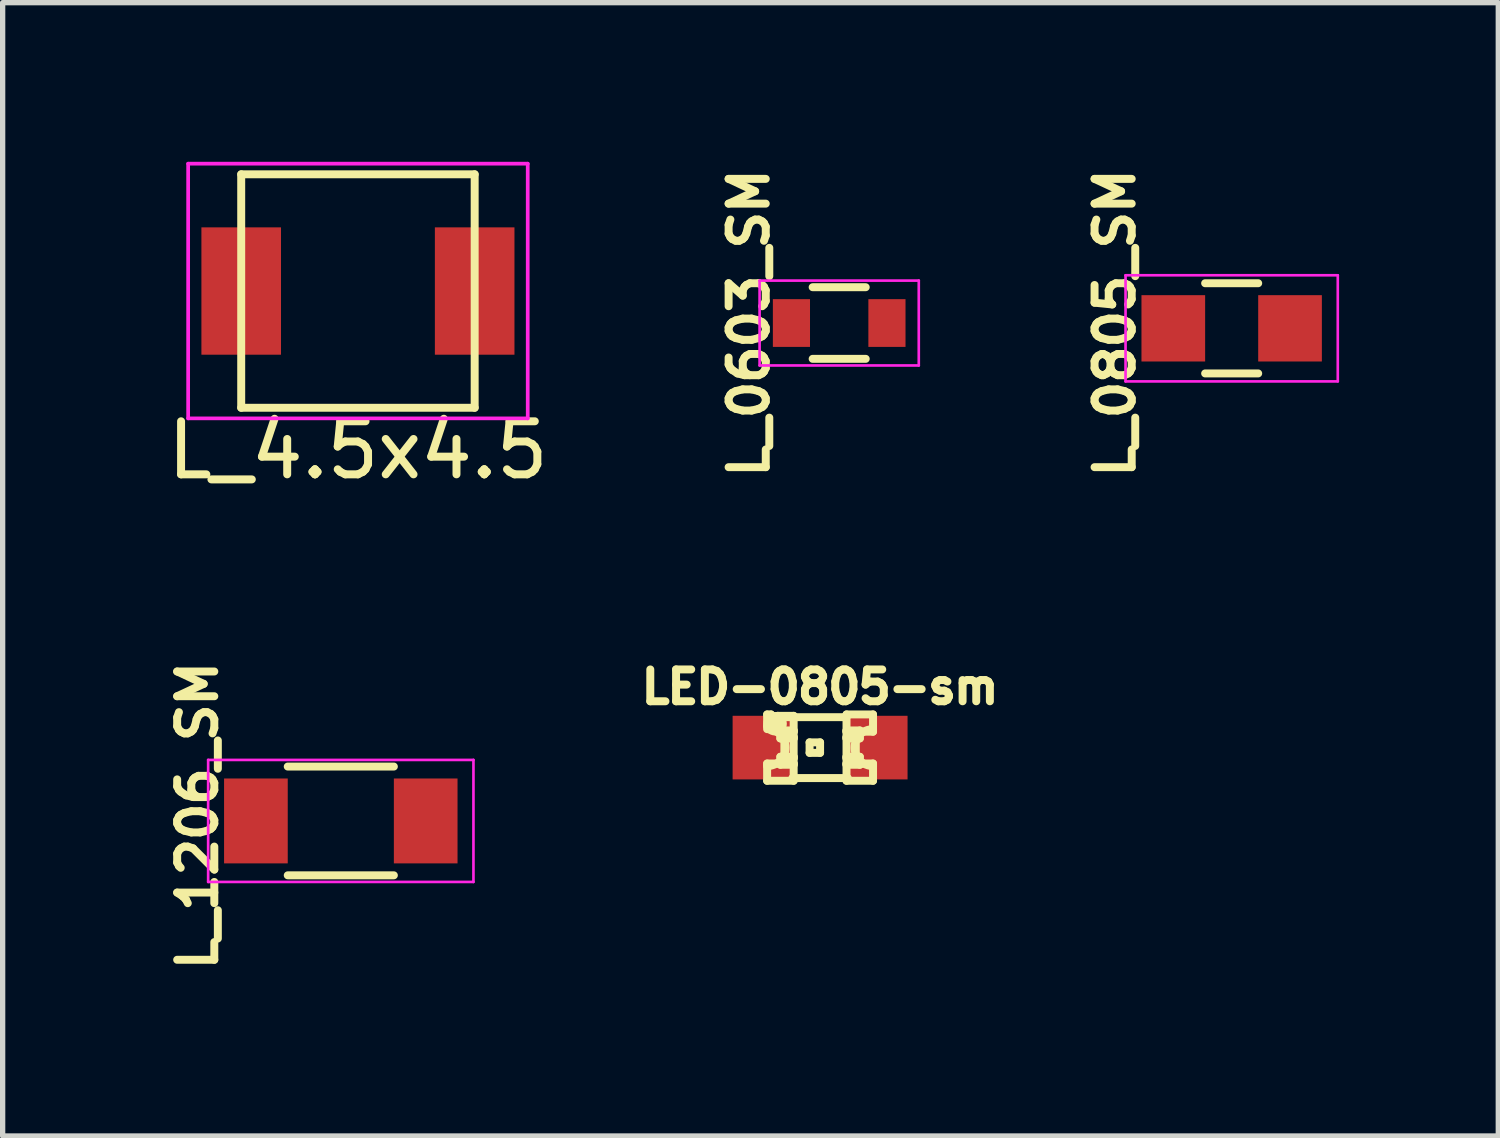
<source format=kicad_pcb>
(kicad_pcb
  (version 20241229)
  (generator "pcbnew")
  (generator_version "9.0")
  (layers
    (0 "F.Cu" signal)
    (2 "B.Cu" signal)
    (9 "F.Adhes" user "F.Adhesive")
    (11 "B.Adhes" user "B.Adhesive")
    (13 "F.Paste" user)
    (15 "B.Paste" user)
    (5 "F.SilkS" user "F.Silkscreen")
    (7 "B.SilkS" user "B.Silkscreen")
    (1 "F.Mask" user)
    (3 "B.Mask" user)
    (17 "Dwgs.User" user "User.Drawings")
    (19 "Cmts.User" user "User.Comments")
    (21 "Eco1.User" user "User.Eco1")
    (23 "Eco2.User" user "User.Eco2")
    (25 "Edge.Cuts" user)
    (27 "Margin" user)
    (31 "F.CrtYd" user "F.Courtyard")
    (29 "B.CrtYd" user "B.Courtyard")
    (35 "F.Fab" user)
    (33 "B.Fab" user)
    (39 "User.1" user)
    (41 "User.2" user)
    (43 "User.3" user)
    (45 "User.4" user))
  (footprint "L_0805_SM"
    (layer "F.Cu")
    (at 20.163 3.138)
    (property "Reference" "L_0805_SM" (at -2.2 -0.1 90) (layer "F.SilkS") (effects (font (size 0.7 0.7) (thickness 0.15))))
    (attr smd)
    (fp_line (start -0.5 0.85) (end 0.5 0.85) (stroke (width 0.15) (type solid)) (layer "F.SilkS"))
    (fp_line (start 0.5 -0.85) (end -0.5 -0.85) (stroke (width 0.15) (type solid)) (layer "F.SilkS"))
    (fp_line (start -2 -1) (end -2 1) (stroke (width 0.05) (type solid)) (layer "F.CrtYd"))
    (fp_line (start -2 -1) (end 2 -1) (stroke (width 0.05) (type solid)) (layer "F.CrtYd"))
    (fp_line (start -2 1) (end 2 1) (stroke (width 0.05) (type solid)) (layer "F.CrtYd"))
    (fp_line (start 2 -1) (end 2 1) (stroke (width 0.05) (type solid)) (layer "F.CrtYd"))
    (pad "1" smd rect (at -1.1 0) (size 1.2 1.25) (layers "F.Cu" "F.Mask" "F.Paste"))
    (pad "2" smd rect (at 1.1 0) (size 1.2 1.25) (layers "F.Cu" "F.Mask" "F.Paste")))
  (footprint "L_1206_SM"
    (layer "F.Cu")
    (at 3.373 12.422)
    (property "Reference" "L_1206_SM" (at -2.7 -0.1 90) (layer "F.SilkS") (effects (font (size 0.7 0.7) (thickness 0.15))))
    (attr smd)
    (fp_line (start -1 1.025) (end 1 1.025) (stroke (width 0.15) (type solid)) (layer "F.SilkS"))
    (fp_line (start 1 -1.025) (end -1 -1.025) (stroke (width 0.15) (type solid)) (layer "F.SilkS"))
    (fp_line (start -2.5 -1.15) (end -2.5 1.15) (stroke (width 0.05) (type solid)) (layer "F.CrtYd"))
    (fp_line (start -2.5 -1.15) (end 2.5 -1.15) (stroke (width 0.05) (type solid)) (layer "F.CrtYd"))
    (fp_line (start -2.5 1.15) (end 2.5 1.15) (stroke (width 0.05) (type solid)) (layer "F.CrtYd"))
    (fp_line (start 2.5 -1.15) (end 2.5 1.15) (stroke (width 0.05) (type solid)) (layer "F.CrtYd"))
    (pad "1" smd rect (at -1.6 0) (size 1.2 1.6) (layers "F.Cu" "F.Mask" "F.Paste"))
    (pad "2" smd rect (at 1.6 0) (size 1.2 1.6) (layers "F.Cu" "F.Mask" "F.Paste")))
  (footprint "L_0603_SM"
    (layer "F.Cu")
    (at 12.766 3.038)
    (property "Reference" "L_0603_SM" (at -1.7 0 90) (layer "F.SilkS") (effects (font (size 0.7 0.7) (thickness 0.15))))
    (attr smd)
    (fp_line (start -0.5 -0.675) (end 0.5 -0.675) (stroke (width 0.15) (type solid)) (layer "F.SilkS"))
    (fp_line (start 0.5 0.675) (end -0.5 0.675) (stroke (width 0.15) (type solid)) (layer "F.SilkS"))
    (fp_line (start -1.5 -0.8) (end -1.5 0.8) (stroke (width 0.05) (type solid)) (layer "F.CrtYd"))
    (fp_line (start -1.5 -0.8) (end 1.5 -0.8) (stroke (width 0.05) (type solid)) (layer "F.CrtYd"))
    (fp_line (start -1.5 0.8) (end 1.5 0.8) (stroke (width 0.05) (type solid)) (layer "F.CrtYd"))
    (fp_line (start 1.5 -0.8) (end 1.5 0.8) (stroke (width 0.05) (type solid)) (layer "F.CrtYd"))
    (pad "1" smd rect (at -0.9 0) (size 0.7 0.9) (layers "F.Cu" "F.Mask" "F.Paste"))
    (pad "2" smd rect (at 0.9 0) (size 0.7 0.9) (layers "F.Cu" "F.Mask" "F.Paste")))
  (footprint "LED-0805-sm"
    (layer "F.Cu")
    (at 12.406 11.04)
    (property "Reference" "LED-0805-sm" (at 0 -1.143 0) (layer "F.SilkS") (effects (font (size 0.6 0.6) (thickness 0.15))))
    (attr smd)
    (fp_line (start -0.998 -0.625) (end -0.998 -0.399) (stroke (width 0.15) (type solid)) (layer "F.SilkS"))
    (fp_line (start -0.998 0.3) (end -0.998 0.625) (stroke (width 0.15) (type solid)) (layer "F.SilkS"))
    (fp_line (start -0.925 -0.625) (end -0.998 -0.625) (stroke (width 0.15) (type solid)) (layer "F.SilkS"))
    (fp_line (start -0.925 -0.625) (end -0.925 -0.399) (stroke (width 0.15) (type solid)) (layer "F.SilkS"))
    (fp_line (start -0.925 -0.399) (end -0.998 -0.399) (stroke (width 0.15) (type solid)) (layer "F.SilkS"))
    (fp_line (start -0.798 -0.599) (end -0.798 -0.3) (stroke (width 0.15) (type solid)) (layer "F.SilkS"))
    (fp_line (start -0.749 -0.323) (end -0.749 -0.173) (stroke (width 0.15) (type solid)) (layer "F.SilkS"))
    (fp_line (start -0.749 0.173) (end -0.749 0.323) (stroke (width 0.15) (type solid)) (layer "F.SilkS"))
    (fp_line (start -0.673 -0.198) (end -0.673 0.198) (stroke (width 0.15) (type solid)) (layer "F.SilkS"))
    (fp_line (start -0.523 0.574) (end 0.523 0.574) (stroke (width 0.15) (type solid)) (layer "F.SilkS"))
    (fp_line (start -0.498 -0.599) (end -0.798 -0.599) (stroke (width 0.15) (type solid)) (layer "F.SilkS"))
    (fp_line (start -0.498 -0.599) (end -0.498 -0.3) (stroke (width 0.15) (type solid)) (layer "F.SilkS"))
    (fp_line (start -0.498 -0.323) (end -0.749 -0.323) (stroke (width 0.15) (type solid)) (layer "F.SilkS"))
    (fp_line (start -0.498 -0.323) (end -0.498 -0.173) (stroke (width 0.15) (type solid)) (layer "F.SilkS"))
    (fp_line (start -0.498 -0.3) (end -0.798 -0.3) (stroke (width 0.15) (type solid)) (layer "F.SilkS"))
    (fp_line (start -0.498 -0.198) (end -0.673 -0.198) (stroke (width 0.15) (type solid)) (layer "F.SilkS"))
    (fp_line (start -0.498 -0.198) (end -0.498 0.198) (stroke (width 0.15) (type solid)) (layer "F.SilkS"))
    (fp_line (start -0.498 -0.173) (end -0.749 -0.173) (stroke (width 0.15) (type solid)) (layer "F.SilkS"))
    (fp_line (start -0.498 0.173) (end -0.749 0.173) (stroke (width 0.15) (type solid)) (layer "F.SilkS"))
    (fp_line (start -0.498 0.173) (end -0.498 0.323) (stroke (width 0.15) (type solid)) (layer "F.SilkS"))
    (fp_line (start -0.498 0.198) (end -0.673 0.198) (stroke (width 0.15) (type solid)) (layer "F.SilkS"))
    (fp_line (start -0.498 0.3) (end -0.998 0.3) (stroke (width 0.15) (type solid)) (layer "F.SilkS"))
    (fp_line (start -0.498 0.3) (end -0.498 0.625) (stroke (width 0.15) (type solid)) (layer "F.SilkS"))
    (fp_line (start -0.498 0.323) (end -0.749 0.323) (stroke (width 0.15) (type solid)) (layer "F.SilkS"))
    (fp_line (start -0.498 0.625) (end -0.998 0.625) (stroke (width 0.15) (type solid)) (layer "F.SilkS"))
    (fp_line (start -0.198 -0.099) (end -0.198 0.099) (stroke (width 0.15) (type solid)) (layer "F.SilkS"))
    (fp_line (start 0 -0.099) (end -0.198 -0.099) (stroke (width 0.15) (type solid)) (layer "F.SilkS"))
    (fp_line (start 0 -0.099) (end 0 0.099) (stroke (width 0.15) (type solid)) (layer "F.SilkS"))
    (fp_line (start 0 0.099) (end -0.198 0.099) (stroke (width 0.15) (type solid)) (layer "F.SilkS"))
    (fp_line (start 0.498 -0.625) (end 0.498 -0.3) (stroke (width 0.15) (type solid)) (layer "F.SilkS"))
    (fp_line (start 0.498 -0.574) (end -0.925 -0.574) (stroke (width 0.15) (type solid)) (layer "F.SilkS"))
    (fp_line (start 0.498 -0.323) (end 0.498 -0.173) (stroke (width 0.15) (type solid)) (layer "F.SilkS"))
    (fp_line (start 0.498 -0.198) (end 0.498 0.198) (stroke (width 0.15) (type solid)) (layer "F.SilkS"))
    (fp_line (start 0.498 0.173) (end 0.498 0.323) (stroke (width 0.15) (type solid)) (layer "F.SilkS"))
    (fp_line (start 0.498 0.3) (end 0.498 0.625) (stroke (width 0.15) (type solid)) (layer "F.SilkS"))
    (fp_line (start 0.673 -0.198) (end 0.498 -0.198) (stroke (width 0.15) (type solid)) (layer "F.SilkS"))
    (fp_line (start 0.673 -0.198) (end 0.673 0.198) (stroke (width 0.15) (type solid)) (layer "F.SilkS"))
    (fp_line (start 0.673 0.198) (end 0.498 0.198) (stroke (width 0.15) (type solid)) (layer "F.SilkS"))
    (fp_line (start 0.749 -0.323) (end 0.498 -0.323) (stroke (width 0.15) (type solid)) (layer "F.SilkS"))
    (fp_line (start 0.749 -0.323) (end 0.749 -0.173) (stroke (width 0.15) (type solid)) (layer "F.SilkS"))
    (fp_line (start 0.749 -0.173) (end 0.498 -0.173) (stroke (width 0.15) (type solid)) (layer "F.SilkS"))
    (fp_line (start 0.749 0.173) (end 0.498 0.173) (stroke (width 0.15) (type solid)) (layer "F.SilkS"))
    (fp_line (start 0.749 0.173) (end 0.749 0.323) (stroke (width 0.15) (type solid)) (layer "F.SilkS"))
    (fp_line (start 0.749 0.323) (end 0.498 0.323) (stroke (width 0.15) (type solid)) (layer "F.SilkS"))
    (fp_line (start 0.998 -0.625) (end 0.498 -0.625) (stroke (width 0.15) (type solid)) (layer "F.SilkS"))
    (fp_line (start 0.998 -0.625) (end 0.998 -0.3) (stroke (width 0.15) (type solid)) (layer "F.SilkS"))
    (fp_line (start 0.998 -0.3) (end 0.498 -0.3) (stroke (width 0.15) (type solid)) (layer "F.SilkS"))
    (fp_line (start 0.998 0.3) (end 0.498 0.3) (stroke (width 0.15) (type solid)) (layer "F.SilkS"))
    (fp_line (start 0.998 0.3) (end 0.998 0.625) (stroke (width 0.15) (type solid)) (layer "F.SilkS"))
    (fp_line (start 0.998 0.625) (end 0.498 0.625) (stroke (width 0.15) (type solid)) (layer "F.SilkS"))
    (fp_arc (start -0.99822 -0.34798) (mid -0.65024 0) (end -0.99822 0.34798) (stroke (width 0.15) (type solid)) (layer "F.SilkS"))
    (fp_arc (start 0.99822 0.34798) (mid 0.65024 0) (end 0.99822 -0.34798) (stroke (width 0.15) (type solid)) (layer "F.SilkS"))
    (fp_circle (center -0.848 -0.45) (end -0.899 -0.5) (stroke (width 0.15) (type solid)) (fill no) (layer "F.SilkS"))
    (pad "1" smd rect (at -1.049 0 180) (size 1.199 1.199) (layers "F.Cu" "F.Mask" "F.Paste"))
    (pad "2" smd rect (at 1.049 0 180) (size 1.199 1.199) (layers "F.Cu" "F.Mask" "F.Paste")))
  (footprint "L_4.5x4.5"
    (layer "F.Cu")
    (at 3.696 2.435)
    (property "Reference" "L_4.5x4.5" (at 0 3 0) (layer "F.SilkS") (effects (font (size 1 1) (thickness 0.15))))
    (attr through_hole)
    (fp_line (start -2.2 -2.2) (end 2.2 -2.2) (stroke (width 0.15) (type solid)) (layer "F.SilkS"))
    (fp_line (start -2.2 2.2) (end -2.2 -2.2) (stroke (width 0.15) (type solid)) (layer "F.SilkS"))
    (fp_line (start 2.2 -2.2) (end 2.2 2.2) (stroke (width 0.15) (type solid)) (layer "F.SilkS"))
    (fp_line (start 2.2 2.2) (end -2.2 2.2) (stroke (width 0.15) (type solid)) (layer "F.SilkS"))
    (fp_line (start -3.2 -2.4) (end 3.2 -2.4) (stroke (width 0.07) (type solid)) (layer "F.CrtYd"))
    (fp_line (start -3.2 2.4) (end -3.2 -2.4) (stroke (width 0.07) (type solid)) (layer "F.CrtYd"))
    (fp_line (start 3.2 -2.4) (end 3.2 2.4) (stroke (width 0.07) (type solid)) (layer "F.CrtYd"))
    (fp_line (start 3.2 2.4) (end -3.2 2.4) (stroke (width 0.07) (type solid)) (layer "F.CrtYd"))
    (pad "1" smd rect (at -2.2 0) (size 1.5 2.4) (layers "F.Cu" "F.Mask" "F.Paste"))
    (pad "2" smd rect (at 2.2 0) (size 1.5 2.4) (layers "F.Cu" "F.Mask" "F.Paste")))
  (gr_rect
    (start -3 -3)
    (end 25.188 18.36)
    (stroke (width 0.1) (type default))
    (fill no)
    (layer "Edge.Cuts")))
</source>
